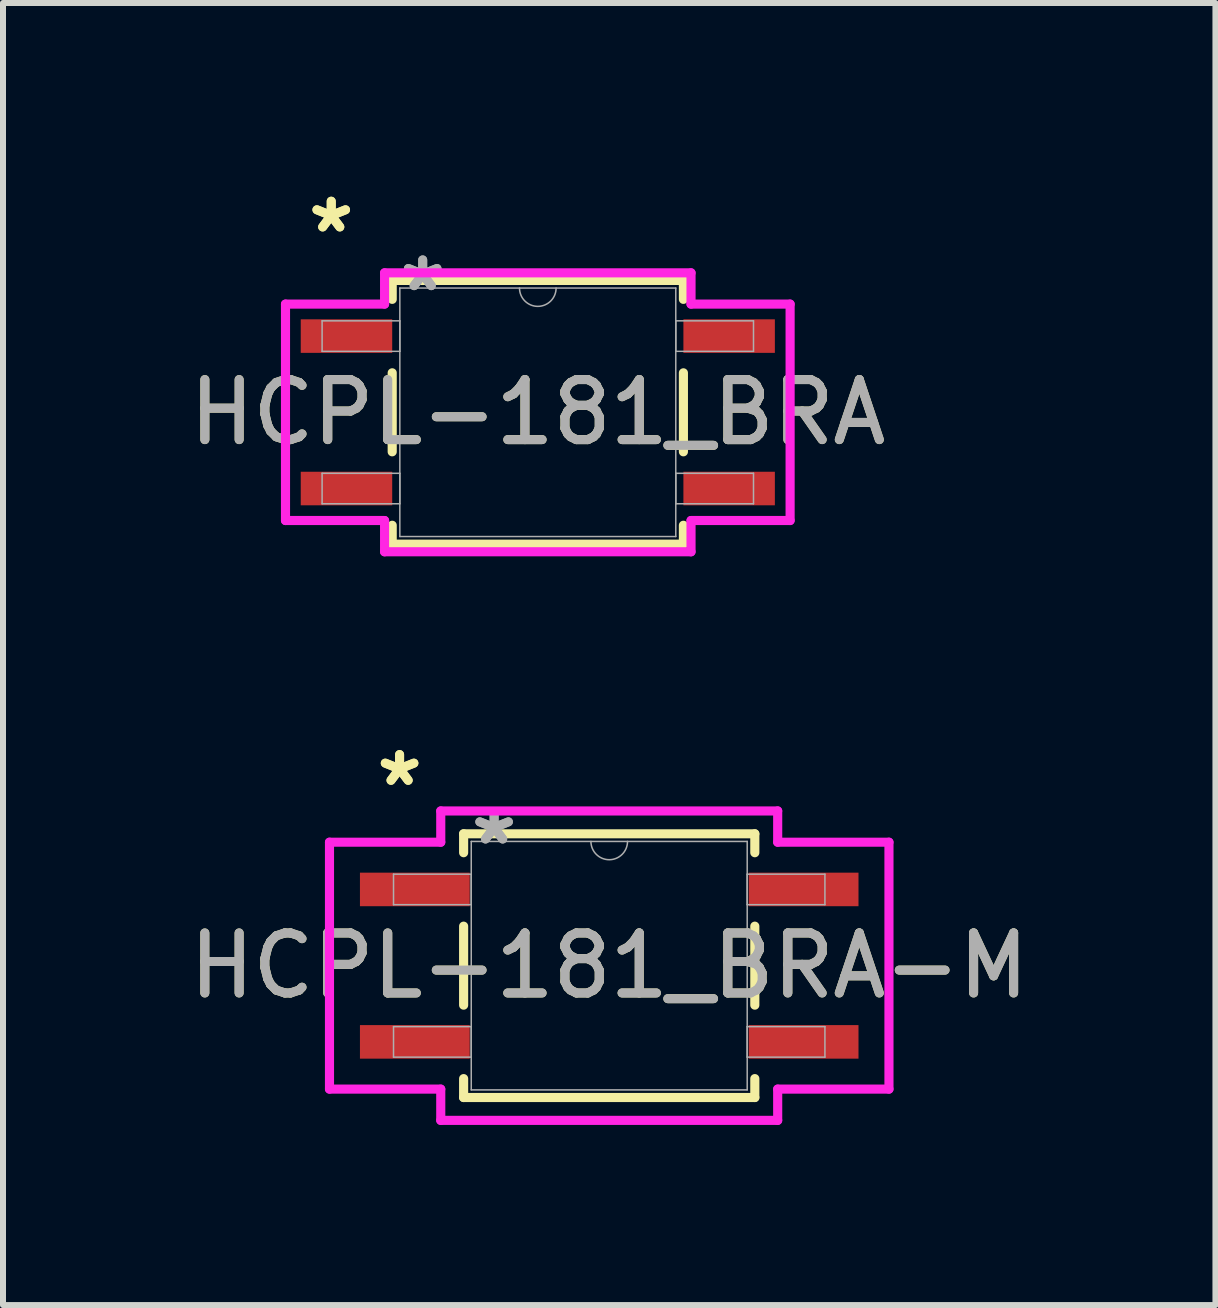
<source format=kicad_pcb>
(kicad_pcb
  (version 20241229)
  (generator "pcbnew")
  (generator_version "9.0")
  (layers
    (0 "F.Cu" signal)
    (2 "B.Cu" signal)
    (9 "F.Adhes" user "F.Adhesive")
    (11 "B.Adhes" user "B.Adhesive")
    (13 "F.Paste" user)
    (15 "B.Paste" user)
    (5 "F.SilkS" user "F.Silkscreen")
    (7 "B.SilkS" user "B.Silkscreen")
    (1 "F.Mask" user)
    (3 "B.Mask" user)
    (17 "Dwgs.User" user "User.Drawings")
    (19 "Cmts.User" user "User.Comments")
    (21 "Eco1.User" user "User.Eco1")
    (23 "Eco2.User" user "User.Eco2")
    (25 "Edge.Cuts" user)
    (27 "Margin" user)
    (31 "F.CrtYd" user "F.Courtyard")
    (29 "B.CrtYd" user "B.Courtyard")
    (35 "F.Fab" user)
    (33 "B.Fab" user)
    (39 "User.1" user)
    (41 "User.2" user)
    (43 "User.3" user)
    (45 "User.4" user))
  (footprint "HCPL-181_BRA-M"
    (layer "F.Cu")
    (at 7.101 13.04)
    (property "Reference" "HCPL-181_BRA-M" (at 0 0 0) (unlocked yes) (layer "F.SilkS") (effects (font (size 1 1) (thickness 0.15))))
    (attr smd)
    (fp_line (start -2.426 -2.197) (end -2.426 -1.882) (stroke (width 0.152) (type solid)) (layer "F.SilkS"))
    (fp_line (start -2.426 -0.658) (end -2.426 0.658) (stroke (width 0.152) (type solid)) (layer "F.SilkS"))
    (fp_line (start -2.426 1.882) (end -2.426 2.197) (stroke (width 0.152) (type solid)) (layer "F.SilkS"))
    (fp_line (start -2.426 2.197) (end 2.426 2.197) (stroke (width 0.152) (type solid)) (layer "F.SilkS"))
    (fp_line (start 2.426 -2.197) (end -2.426 -2.197) (stroke (width 0.152) (type solid)) (layer "F.SilkS"))
    (fp_line (start 2.426 -1.882) (end 2.426 -2.197) (stroke (width 0.152) (type solid)) (layer "F.SilkS"))
    (fp_line (start 2.426 0.658) (end 2.426 -0.658) (stroke (width 0.152) (type solid)) (layer "F.SilkS"))
    (fp_line (start 2.426 2.197) (end 2.426 1.882) (stroke (width 0.152) (type solid)) (layer "F.SilkS"))
    (fp_line (start -4.661 -2.057) (end -2.807 -2.057) (stroke (width 0.152) (type solid)) (layer "F.CrtYd"))
    (fp_line (start -4.661 2.057) (end -4.661 -2.057) (stroke (width 0.152) (type solid)) (layer "F.CrtYd"))
    (fp_line (start -4.661 2.057) (end -2.807 2.057) (stroke (width 0.152) (type solid)) (layer "F.CrtYd"))
    (fp_line (start -2.807 -2.578) (end 2.807 -2.578) (stroke (width 0.152) (type solid)) (layer "F.CrtYd"))
    (fp_line (start -2.807 -2.057) (end -2.807 -2.578) (stroke (width 0.152) (type solid)) (layer "F.CrtYd"))
    (fp_line (start -2.807 2.578) (end -2.807 2.057) (stroke (width 0.152) (type solid)) (layer "F.CrtYd"))
    (fp_line (start 2.807 -2.578) (end 2.807 -2.057) (stroke (width 0.152) (type solid)) (layer "F.CrtYd"))
    (fp_line (start 2.807 2.057) (end 2.807 2.578) (stroke (width 0.152) (type solid)) (layer "F.CrtYd"))
    (fp_line (start 2.807 2.578) (end -2.807 2.578) (stroke (width 0.152) (type solid)) (layer "F.CrtYd"))
    (fp_line (start 4.661 -2.057) (end 2.807 -2.057) (stroke (width 0.152) (type solid)) (layer "F.CrtYd"))
    (fp_line (start 4.661 -2.057) (end 4.661 2.057) (stroke (width 0.152) (type solid)) (layer "F.CrtYd"))
    (fp_line (start 4.661 2.057) (end 2.807 2.057) (stroke (width 0.152) (type solid)) (layer "F.CrtYd"))
    (fp_line (start -3.594 -1.524) (end -3.594 -1.016) (stroke (width 0.025) (type solid)) (layer "F.Fab"))
    (fp_line (start -3.594 -1.016) (end -2.299 -1.016) (stroke (width 0.025) (type solid)) (layer "F.Fab"))
    (fp_line (start -3.594 1.016) (end -3.594 1.524) (stroke (width 0.025) (type solid)) (layer "F.Fab"))
    (fp_line (start -3.594 1.524) (end -2.299 1.524) (stroke (width 0.025) (type solid)) (layer "F.Fab"))
    (fp_line (start -2.299 -2.07) (end -2.299 2.07) (stroke (width 0.025) (type solid)) (layer "F.Fab"))
    (fp_line (start -2.299 -1.524) (end -3.594 -1.524) (stroke (width 0.025) (type solid)) (layer "F.Fab"))
    (fp_line (start -2.299 -1.016) (end -2.299 -1.524) (stroke (width 0.025) (type solid)) (layer "F.Fab"))
    (fp_line (start -2.299 1.016) (end -3.594 1.016) (stroke (width 0.025) (type solid)) (layer "F.Fab"))
    (fp_line (start -2.299 1.524) (end -2.299 1.016) (stroke (width 0.025) (type solid)) (layer "F.Fab"))
    (fp_line (start -2.299 2.07) (end 2.299 2.07) (stroke (width 0.025) (type solid)) (layer "F.Fab"))
    (fp_line (start 2.299 -2.07) (end -2.299 -2.07) (stroke (width 0.025) (type solid)) (layer "F.Fab"))
    (fp_line (start 2.299 -1.524) (end 2.299 -1.016) (stroke (width 0.025) (type solid)) (layer "F.Fab"))
    (fp_line (start 2.299 -1.016) (end 3.594 -1.016) (stroke (width 0.025) (type solid)) (layer "F.Fab"))
    (fp_line (start 2.299 1.016) (end 2.299 1.524) (stroke (width 0.025) (type solid)) (layer "F.Fab"))
    (fp_line (start 2.299 1.524) (end 3.594 1.524) (stroke (width 0.025) (type solid)) (layer "F.Fab"))
    (fp_line (start 2.299 2.07) (end 2.299 -2.07) (stroke (width 0.025) (type solid)) (layer "F.Fab"))
    (fp_line (start 3.594 -1.524) (end 2.299 -1.524) (stroke (width 0.025) (type solid)) (layer "F.Fab"))
    (fp_line (start 3.594 -1.016) (end 3.594 -1.524) (stroke (width 0.025) (type solid)) (layer "F.Fab"))
    (fp_line (start 3.594 1.016) (end 2.299 1.016) (stroke (width 0.025) (type solid)) (layer "F.Fab"))
    (fp_line (start 3.594 1.524) (end 3.594 1.016) (stroke (width 0.025) (type solid)) (layer "F.Fab"))
    (fp_arc (start 0.3048 -2.0701) (mid 0 -1.7653) (end -0.3048 -2.0701) (stroke (width 0.0254) (type solid)) (layer "F.Fab"))
    (fp_text user "*" (at -3.493 -2.972 0) (unlocked yes) (layer "F.SilkS") (effects (font (size 1 1) (thickness 0.15))))
    (fp_text user "*" (at -3.493 -2.972 0) (layer "F.SilkS") (effects (font (size 1 1) (thickness 0.15))))
    (fp_text user "*" (at -1.918 -1.994 0) (unlocked yes) (layer "F.Fab") (effects (font (size 1 1) (thickness 0.15))))
    (fp_text user "${REFERENCE}" (at 0 0 0) (unlocked yes) (layer "F.Fab") (effects (font (size 1 1) (thickness 0.15))))
    (fp_text user "*" (at -1.918 -1.994 0) (layer "F.Fab") (effects (font (size 1 1) (thickness 0.15))))
    (pad "1" smd rect (at -3.239 -1.27) (size 1.829 0.559) (layers "F.Cu" "F.Mask" "F.Paste"))
    (pad "2" smd rect (at -3.239 1.27) (size 1.829 0.559) (layers "F.Cu" "F.Mask" "F.Paste"))
    (pad "3" smd rect (at 3.239 1.27) (size 1.829 0.559) (layers "F.Cu" "F.Mask" "F.Paste"))
    (pad "4" smd rect (at 3.239 -1.27) (size 1.829 0.559) (layers "F.Cu" "F.Mask" "F.Paste")))
  (footprint "HCPL-181_BRA"
    (layer "F.Cu")
    (at 5.911 3.82)
    (property "Reference" "HCPL-181_BRA" (at 0 0 0) (unlocked yes) (layer "F.SilkS") (effects (font (size 1 1) (thickness 0.15))))
    (attr smd)
    (fp_line (start -2.426 -2.197) (end -2.426 -1.882) (stroke (width 0.152) (type solid)) (layer "F.SilkS"))
    (fp_line (start -2.426 -0.658) (end -2.426 0.658) (stroke (width 0.152) (type solid)) (layer "F.SilkS"))
    (fp_line (start -2.426 1.882) (end -2.426 2.197) (stroke (width 0.152) (type solid)) (layer "F.SilkS"))
    (fp_line (start -2.426 2.197) (end 2.426 2.197) (stroke (width 0.152) (type solid)) (layer "F.SilkS"))
    (fp_line (start 2.426 -2.197) (end -2.426 -2.197) (stroke (width 0.152) (type solid)) (layer "F.SilkS"))
    (fp_line (start 2.426 -1.882) (end 2.426 -2.197) (stroke (width 0.152) (type solid)) (layer "F.SilkS"))
    (fp_line (start 2.426 0.658) (end 2.426 -0.658) (stroke (width 0.152) (type solid)) (layer "F.SilkS"))
    (fp_line (start 2.426 2.197) (end 2.426 1.882) (stroke (width 0.152) (type solid)) (layer "F.SilkS"))
    (fp_line (start -4.204 -1.803) (end -2.553 -1.803) (stroke (width 0.152) (type solid)) (layer "F.CrtYd"))
    (fp_line (start -4.204 1.803) (end -4.204 -1.803) (stroke (width 0.152) (type solid)) (layer "F.CrtYd"))
    (fp_line (start -4.204 1.803) (end -2.553 1.803) (stroke (width 0.152) (type solid)) (layer "F.CrtYd"))
    (fp_line (start -2.553 -2.324) (end 2.553 -2.324) (stroke (width 0.152) (type solid)) (layer "F.CrtYd"))
    (fp_line (start -2.553 -1.803) (end -2.553 -2.324) (stroke (width 0.152) (type solid)) (layer "F.CrtYd"))
    (fp_line (start -2.553 2.324) (end -2.553 1.803) (stroke (width 0.152) (type solid)) (layer "F.CrtYd"))
    (fp_line (start 2.553 -2.324) (end 2.553 -1.803) (stroke (width 0.152) (type solid)) (layer "F.CrtYd"))
    (fp_line (start 2.553 1.803) (end 2.553 2.324) (stroke (width 0.152) (type solid)) (layer "F.CrtYd"))
    (fp_line (start 2.553 2.324) (end -2.553 2.324) (stroke (width 0.152) (type solid)) (layer "F.CrtYd"))
    (fp_line (start 4.204 -1.803) (end 2.553 -1.803) (stroke (width 0.152) (type solid)) (layer "F.CrtYd"))
    (fp_line (start 4.204 -1.803) (end 4.204 1.803) (stroke (width 0.152) (type solid)) (layer "F.CrtYd"))
    (fp_line (start 4.204 1.803) (end 2.553 1.803) (stroke (width 0.152) (type solid)) (layer "F.CrtYd"))
    (fp_line (start -3.594 -1.524) (end -3.594 -1.016) (stroke (width 0.025) (type solid)) (layer "F.Fab"))
    (fp_line (start -3.594 -1.016) (end -2.299 -1.016) (stroke (width 0.025) (type solid)) (layer "F.Fab"))
    (fp_line (start -3.594 1.016) (end -3.594 1.524) (stroke (width 0.025) (type solid)) (layer "F.Fab"))
    (fp_line (start -3.594 1.524) (end -2.299 1.524) (stroke (width 0.025) (type solid)) (layer "F.Fab"))
    (fp_line (start -2.299 -2.07) (end -2.299 2.07) (stroke (width 0.025) (type solid)) (layer "F.Fab"))
    (fp_line (start -2.299 -1.524) (end -3.594 -1.524) (stroke (width 0.025) (type solid)) (layer "F.Fab"))
    (fp_line (start -2.299 -1.016) (end -2.299 -1.524) (stroke (width 0.025) (type solid)) (layer "F.Fab"))
    (fp_line (start -2.299 1.016) (end -3.594 1.016) (stroke (width 0.025) (type solid)) (layer "F.Fab"))
    (fp_line (start -2.299 1.524) (end -2.299 1.016) (stroke (width 0.025) (type solid)) (layer "F.Fab"))
    (fp_line (start -2.299 2.07) (end 2.299 2.07) (stroke (width 0.025) (type solid)) (layer "F.Fab"))
    (fp_line (start 2.299 -2.07) (end -2.299 -2.07) (stroke (width 0.025) (type solid)) (layer "F.Fab"))
    (fp_line (start 2.299 -1.524) (end 2.299 -1.016) (stroke (width 0.025) (type solid)) (layer "F.Fab"))
    (fp_line (start 2.299 -1.016) (end 3.594 -1.016) (stroke (width 0.025) (type solid)) (layer "F.Fab"))
    (fp_line (start 2.299 1.016) (end 2.299 1.524) (stroke (width 0.025) (type solid)) (layer "F.Fab"))
    (fp_line (start 2.299 1.524) (end 3.594 1.524) (stroke (width 0.025) (type solid)) (layer "F.Fab"))
    (fp_line (start 2.299 2.07) (end 2.299 -2.07) (stroke (width 0.025) (type solid)) (layer "F.Fab"))
    (fp_line (start 3.594 -1.524) (end 2.299 -1.524) (stroke (width 0.025) (type solid)) (layer "F.Fab"))
    (fp_line (start 3.594 -1.016) (end 3.594 -1.524) (stroke (width 0.025) (type solid)) (layer "F.Fab"))
    (fp_line (start 3.594 1.016) (end 2.299 1.016) (stroke (width 0.025) (type solid)) (layer "F.Fab"))
    (fp_line (start 3.594 1.524) (end 3.594 1.016) (stroke (width 0.025) (type solid)) (layer "F.Fab"))
    (fp_arc (start 0.3048 -2.0701) (mid 0 -1.7653) (end -0.3048 -2.0701) (stroke (width 0.0254) (type solid)) (layer "F.Fab"))
    (fp_text user "*" (at -3.442 -2.972 0) (unlocked yes) (layer "F.SilkS") (effects (font (size 1 1) (thickness 0.15))))
    (fp_text user "*" (at -3.442 -2.972 0) (layer "F.SilkS") (effects (font (size 1 1) (thickness 0.15))))
    (fp_text user "${REFERENCE}" (at 0 0 0) (unlocked yes) (layer "F.Fab") (effects (font (size 1 1) (thickness 0.15))))
    (fp_text user "*" (at -1.918 -1.994 0) (unlocked yes) (layer "F.Fab") (effects (font (size 1 1) (thickness 0.15))))
    (fp_text user "*" (at -1.918 -1.994 0) (layer "F.Fab") (effects (font (size 1 1) (thickness 0.15))))
    (pad "1" smd rect (at -3.188 -1.27) (size 1.524 0.559) (layers "F.Cu" "F.Mask" "F.Paste"))
    (pad "2" smd rect (at -3.188 1.27) (size 1.524 0.559) (layers "F.Cu" "F.Mask" "F.Paste"))
    (pad "3" smd rect (at 3.188 1.27) (size 1.524 0.559) (layers "F.Cu" "F.Mask" "F.Paste"))
    (pad "4" smd rect (at 3.188 -1.27) (size 1.524 0.559) (layers "F.Cu" "F.Mask" "F.Paste")))
  (gr_rect
    (start -3 -3)
    (end 17.202 18.695)
    (stroke (width 0.1) (type default))
    (fill no)
    (layer "Edge.Cuts")))
</source>
